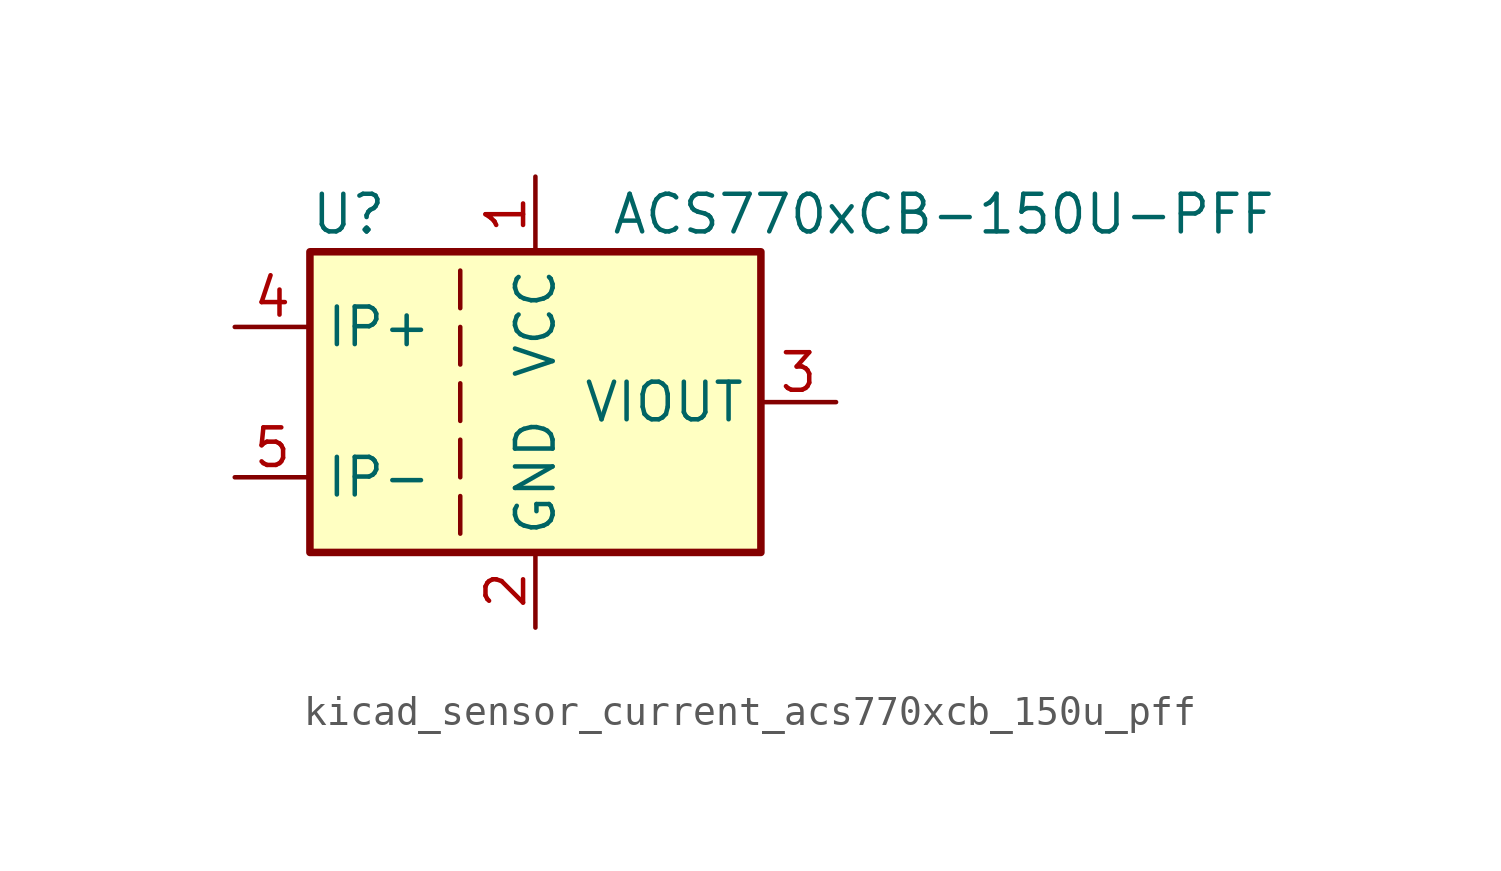
<source format=kicad_sym>
(kicad_symbol_lib
  (version 20220914)
  (generator kicad_symbol_editor)
  (symbol "kicad_sensor_current_acs770xcb_150u_pff"
    (property "Reference" "U"
      (at -7.62 6.35 0)
      (effects (font (size 1.27 1.27)) (justify left)))
    (property "Value" "ACS770xCB-150U-PFF"
      (at 2.54 6.35 0)
      (effects (font (size 1.27 1.27)) (justify left)))
    (symbol "kicad_sensor_current_acs770xcb_150u_pff_0_1"
      (rectangle (start -7.62 5.08) (end 7.62 -5.08) (stroke (width 0.254) (type default)) (fill (type background)))
      (polyline (pts (xy -2.54 -3.175) (xy -2.54 -4.445)) (stroke (width 0) (type default)) (fill (type none)))
      (polyline (pts (xy -2.54 -1.27) (xy -2.54 -2.54)) (stroke (width 0) (type default)) (fill (type none)))
      (polyline (pts (xy -2.54 0.635) (xy -2.54 -0.635)) (stroke (width 0) (type default)) (fill (type none)))
      (polyline (pts (xy -2.54 1.27) (xy -2.54 2.54)) (stroke (width 0) (type default)) (fill (type none)))
      (polyline (pts (xy -2.54 3.175) (xy -2.54 4.445)) (stroke (width 0) (type default)) (fill (type none))))
    (symbol "kicad_sensor_current_acs770xcb_150u_pff_1_1"
      (pin power_in line (at 0 7.62 270) (length 2.54) (name "VCC" (effects (font (size 1.27 1.27)))) (number "1" (effects (font (size 1.27 1.27)))))
      (pin power_in line (at 0 -7.62 90) (length 2.54) (name "GND" (effects (font (size 1.27 1.27)))) (number "2" (effects (font (size 1.27 1.27)))))
      (pin output line (at 10.16 0 180) (length 2.54) (name "VIOUT" (effects (font (size 1.27 1.27)))) (number "3" (effects (font (size 1.27 1.27)))))
      (pin passive line (at -10.16 2.54 0) (length 2.54) (name "IP+" (effects (font (size 1.27 1.27)))) (number "4" (effects (font (size 1.27 1.27)))))
      (pin passive line (at -10.16 -2.54 0) (length 2.54) (name "IP-" (effects (font (size 1.27 1.27)))) (number "5" (effects (font (size 1.27 1.27))))))))
</source>
